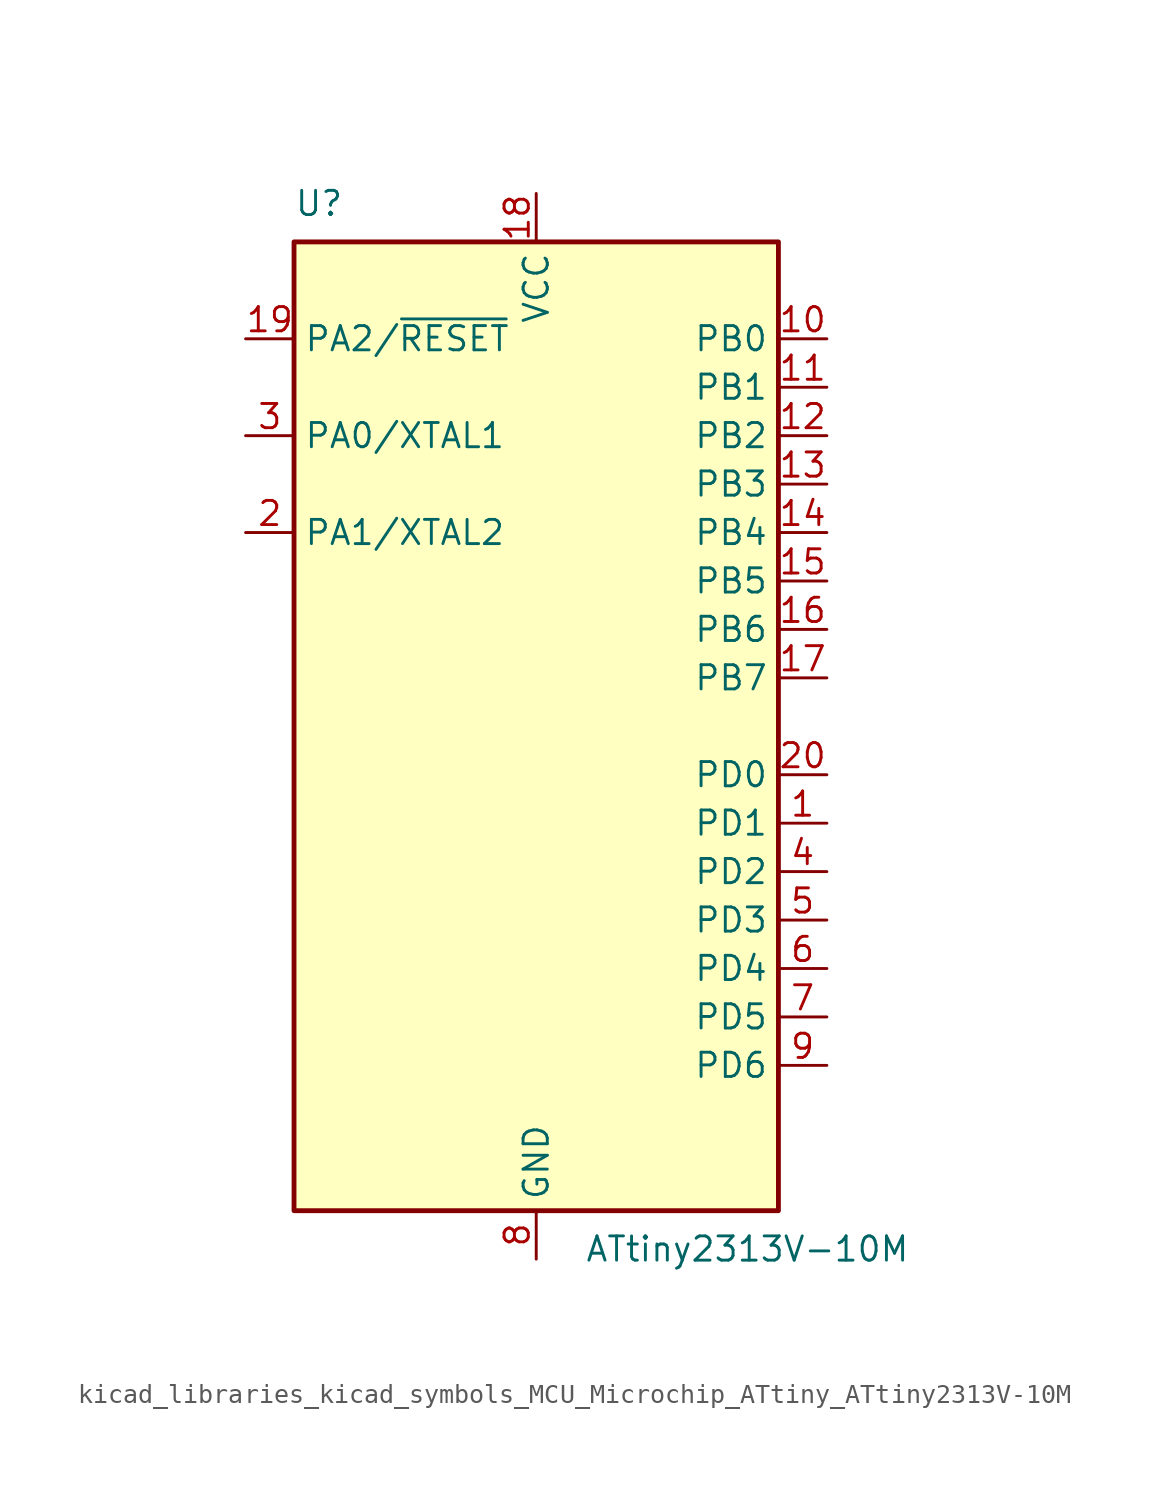
<source format=kicad_sym>
(kicad_symbol_lib
  (version 20220914)
  (generator kicad_symbol_editor)
  (symbol "kicad_libraries_kicad_symbols_MCU_Microchip_ATtiny_ATtiny2313V-10M"
    (property "Reference" "U"
      (at -12.7 26.67 0)
      (effects (font (size 1.27 1.27)) (justify left bottom)))
    (property "Value" "ATtiny2313V-10M"
      (at 2.54 -26.67 0)
      (effects (font (size 1.27 1.27)) (justify left top)))
    (symbol "kicad_libraries_kicad_symbols_MCU_Microchip_ATtiny_ATtiny2313V-10M_0_1"
      (rectangle (start -12.7 -25.4) (end 12.7 25.4) (stroke (width 0.254) (type default)) (fill (type background))))
    (symbol "kicad_libraries_kicad_symbols_MCU_Microchip_ATtiny_ATtiny2313V-10M_1_1"
      (pin bidirectional line (at 15.24 -5.08 180) (length 2.54) (name "PD1" (effects (font (size 1.27 1.27)))) (number "1" (effects (font (size 1.27 1.27)))))
      (pin bidirectional line (at 15.24 20.32 180) (length 2.54) (name "PB0" (effects (font (size 1.27 1.27)))) (number "10" (effects (font (size 1.27 1.27)))))
      (pin bidirectional line (at 15.24 17.78 180) (length 2.54) (name "PB1" (effects (font (size 1.27 1.27)))) (number "11" (effects (font (size 1.27 1.27)))))
      (pin bidirectional line (at 15.24 15.24 180) (length 2.54) (name "PB2" (effects (font (size 1.27 1.27)))) (number "12" (effects (font (size 1.27 1.27)))))
      (pin bidirectional line (at 15.24 12.7 180) (length 2.54) (name "PB3" (effects (font (size 1.27 1.27)))) (number "13" (effects (font (size 1.27 1.27)))))
      (pin bidirectional line (at 15.24 10.16 180) (length 2.54) (name "PB4" (effects (font (size 1.27 1.27)))) (number "14" (effects (font (size 1.27 1.27)))))
      (pin bidirectional line (at 15.24 7.62 180) (length 2.54) (name "PB5" (effects (font (size 1.27 1.27)))) (number "15" (effects (font (size 1.27 1.27)))))
      (pin bidirectional line (at 15.24 5.08 180) (length 2.54) (name "PB6" (effects (font (size 1.27 1.27)))) (number "16" (effects (font (size 1.27 1.27)))))
      (pin bidirectional line (at 15.24 2.54 180) (length 2.54) (name "PB7" (effects (font (size 1.27 1.27)))) (number "17" (effects (font (size 1.27 1.27)))))
      (pin power_in line (at 0 27.94 270) (length 2.54) (name "VCC" (effects (font (size 1.27 1.27)))) (number "18" (effects (font (size 1.27 1.27)))))
      (pin bidirectional line (at -15.24 20.32 0) (length 2.54) (name "PA2/~{RESET}" (effects (font (size 1.27 1.27)))) (number "19" (effects (font (size 1.27 1.27)))))
      (pin bidirectional line (at -15.24 10.16 0) (length 2.54) (name "PA1/XTAL2" (effects (font (size 1.27 1.27)))) (number "2" (effects (font (size 1.27 1.27)))))
      (pin bidirectional line (at 15.24 -2.54 180) (length 2.54) (name "PD0" (effects (font (size 1.27 1.27)))) (number "20" (effects (font (size 1.27 1.27)))))
      (pin passive line (at 0 -27.94 90) (length 2.54) hide (name "GND" (effects (font (size 1.27 1.27)))) (number "21" (effects (font (size 1.27 1.27)))))
      (pin bidirectional line (at -15.24 15.24 0) (length 2.54) (name "PA0/XTAL1" (effects (font (size 1.27 1.27)))) (number "3" (effects (font (size 1.27 1.27)))))
      (pin bidirectional line (at 15.24 -7.62 180) (length 2.54) (name "PD2" (effects (font (size 1.27 1.27)))) (number "4" (effects (font (size 1.27 1.27)))))
      (pin bidirectional line (at 15.24 -10.16 180) (length 2.54) (name "PD3" (effects (font (size 1.27 1.27)))) (number "5" (effects (font (size 1.27 1.27)))))
      (pin bidirectional line (at 15.24 -12.7 180) (length 2.54) (name "PD4" (effects (font (size 1.27 1.27)))) (number "6" (effects (font (size 1.27 1.27)))))
      (pin bidirectional line (at 15.24 -15.24 180) (length 2.54) (name "PD5" (effects (font (size 1.27 1.27)))) (number "7" (effects (font (size 1.27 1.27)))))
      (pin power_in line (at 0 -27.94 90) (length 2.54) (name "GND" (effects (font (size 1.27 1.27)))) (number "8" (effects (font (size 1.27 1.27)))))
      (pin bidirectional line (at 15.24 -17.78 180) (length 2.54) (name "PD6" (effects (font (size 1.27 1.27)))) (number "9" (effects (font (size 1.27 1.27))))))))
</source>
